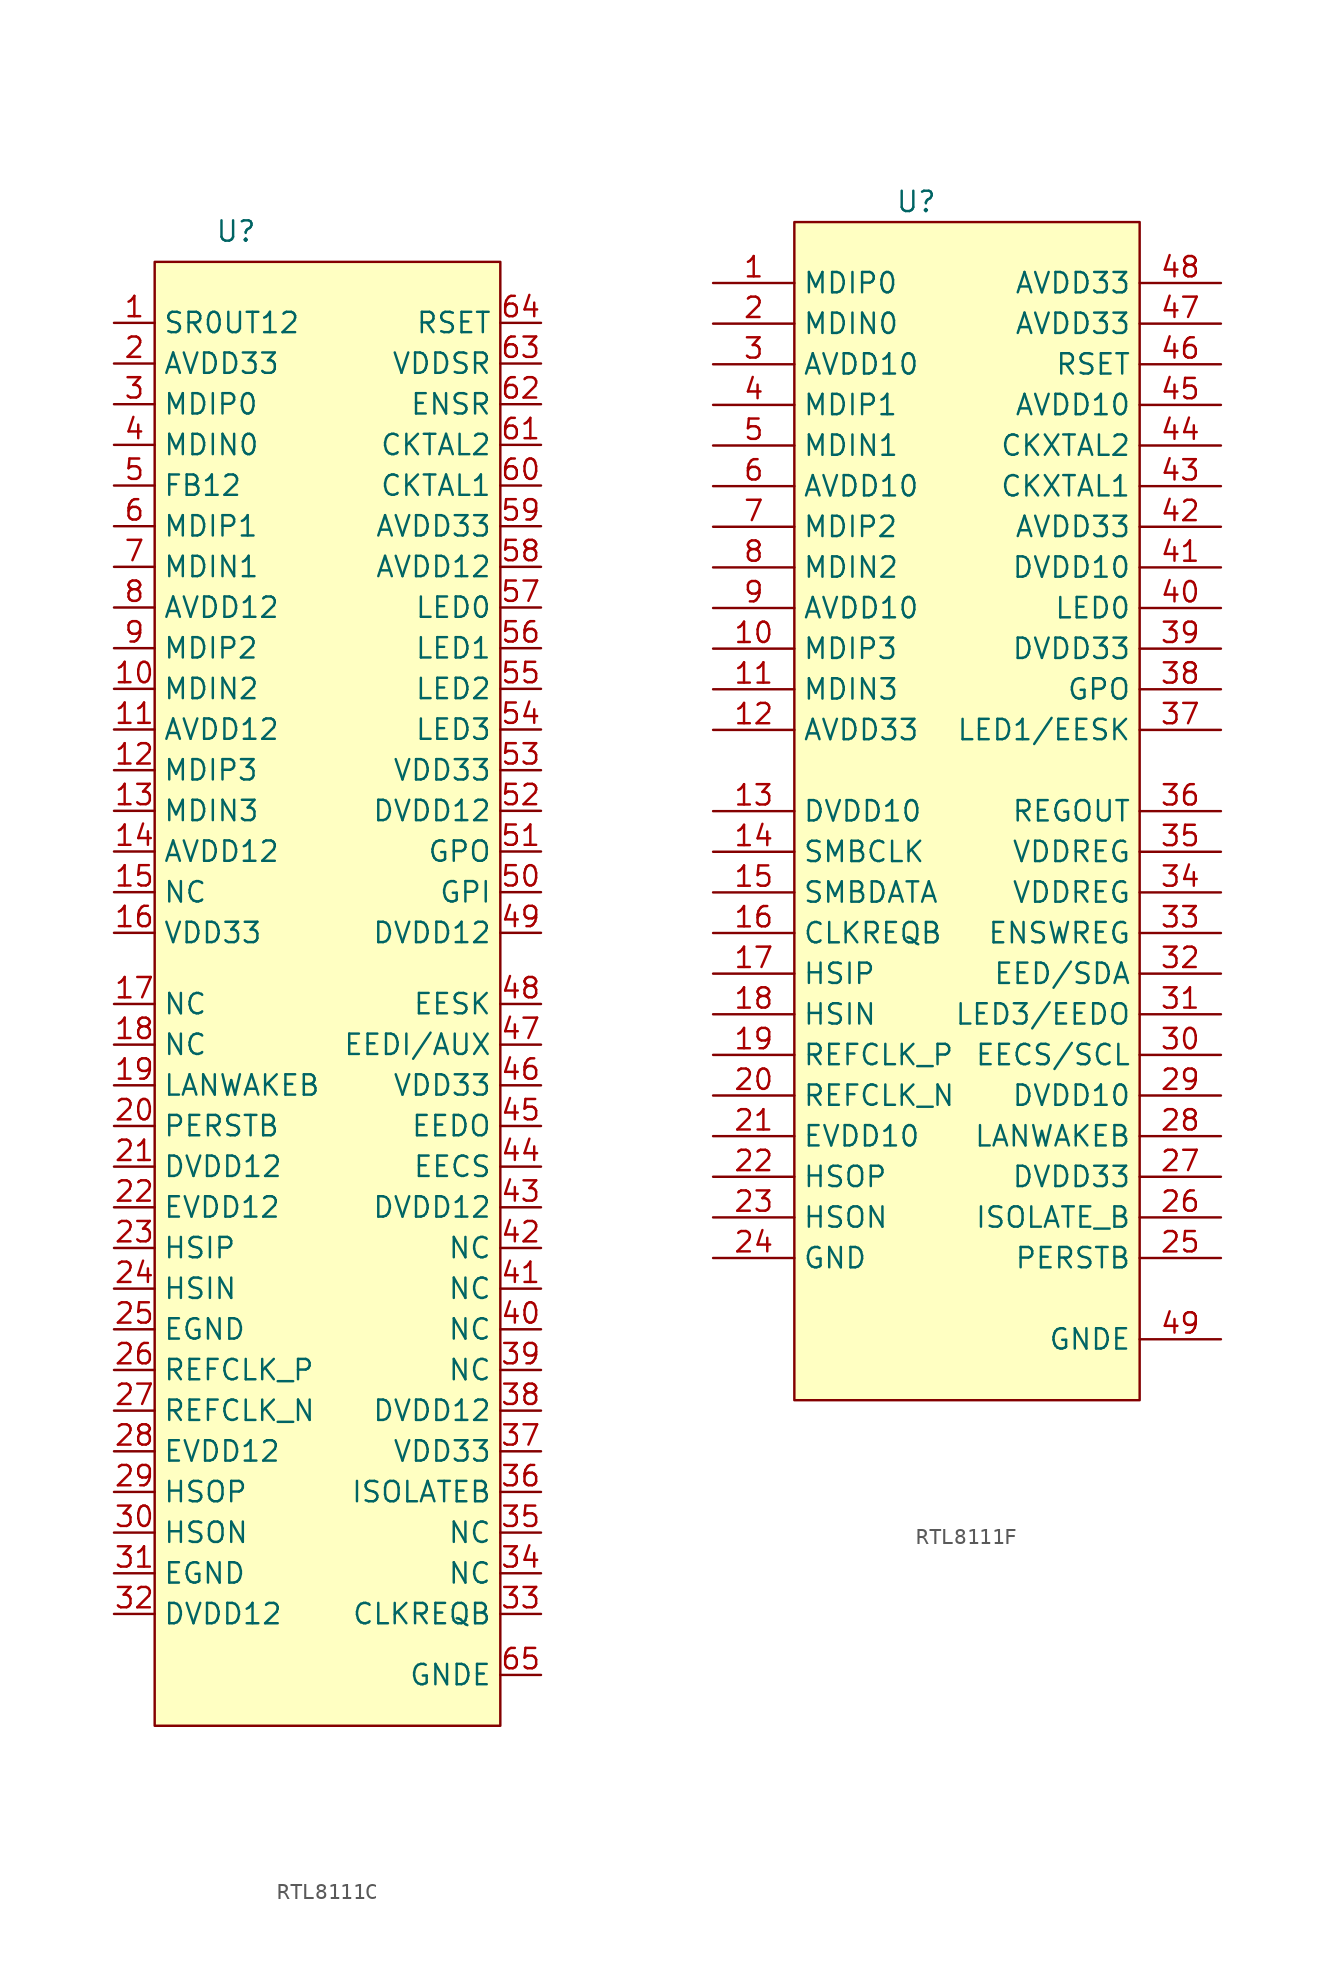
<source format=kicad_sym>
(kicad_symbol_lib
  (version 20220914)
  (generator kicad_symbol_editor)
  (symbol "RTL8111C"
    (property "Reference" "U"
      (at 0 0 0)
      (effects (font (size 1.27 1.27))))
    (property "Value" ""
      (at 0 0 0)
      (effects (font (size 1.27 1.27))))
    (symbol "RTL8111C_1_1"
      (rectangle (start -5.08 -1.905) (end 16.51 -93.345) (stroke (width 0) (type default)) (fill (type background)))
      (pin input line (at -7.62 -5.715 0) (length 2.54) (name "SR0UT12" (effects (font (size 1.27 1.27)))) (number "1" (effects (font (size 1.27 1.27)))))
      (pin input line (at -7.62 -28.575 0) (length 2.54) (name "MDIN2" (effects (font (size 1.27 1.27)))) (number "10" (effects (font (size 1.27 1.27)))))
      (pin input line (at -7.62 -31.115 0) (length 2.54) (name "AVDD12" (effects (font (size 1.27 1.27)))) (number "11" (effects (font (size 1.27 1.27)))))
      (pin input line (at -7.62 -33.655 0) (length 2.54) (name "MDIP3" (effects (font (size 1.27 1.27)))) (number "12" (effects (font (size 1.27 1.27)))))
      (pin input line (at -7.62 -36.195 0) (length 2.54) (name "MDIN3" (effects (font (size 1.27 1.27)))) (number "13" (effects (font (size 1.27 1.27)))))
      (pin input line (at -7.62 -38.735 0) (length 2.54) (name "AVDD12" (effects (font (size 1.27 1.27)))) (number "14" (effects (font (size 1.27 1.27)))))
      (pin input line (at -7.62 -41.275 0) (length 2.54) (name "NC" (effects (font (size 1.27 1.27)))) (number "15" (effects (font (size 1.27 1.27)))))
      (pin input line (at -7.62 -43.815 0) (length 2.54) (name "VDD33" (effects (font (size 1.27 1.27)))) (number "16" (effects (font (size 1.27 1.27)))))
      (pin input line (at -7.62 -48.26 0) (length 2.54) (name "NC" (effects (font (size 1.27 1.27)))) (number "17" (effects (font (size 1.27 1.27)))))
      (pin input line (at -7.62 -50.8 0) (length 2.54) (name "NC" (effects (font (size 1.27 1.27)))) (number "18" (effects (font (size 1.27 1.27)))))
      (pin input line (at -7.62 -53.34 0) (length 2.54) (name "LANWAKEB" (effects (font (size 1.27 1.27)))) (number "19" (effects (font (size 1.27 1.27)))))
      (pin input line (at -7.62 -8.255 0) (length 2.54) (name "AVDD33" (effects (font (size 1.27 1.27)))) (number "2" (effects (font (size 1.27 1.27)))))
      (pin input line (at -7.62 -55.88 0) (length 2.54) (name "PERSTB" (effects (font (size 1.27 1.27)))) (number "20" (effects (font (size 1.27 1.27)))))
      (pin input line (at -7.62 -58.42 0) (length 2.54) (name "DVDD12" (effects (font (size 1.27 1.27)))) (number "21" (effects (font (size 1.27 1.27)))))
      (pin input line (at -7.62 -60.96 0) (length 2.54) (name "EVDD12" (effects (font (size 1.27 1.27)))) (number "22" (effects (font (size 1.27 1.27)))))
      (pin input line (at -7.62 -63.5 0) (length 2.54) (name "HSIP" (effects (font (size 1.27 1.27)))) (number "23" (effects (font (size 1.27 1.27)))))
      (pin input line (at -7.62 -66.04 0) (length 2.54) (name "HSIN" (effects (font (size 1.27 1.27)))) (number "24" (effects (font (size 1.27 1.27)))))
      (pin input line (at -7.62 -68.58 0) (length 2.54) (name "EGND" (effects (font (size 1.27 1.27)))) (number "25" (effects (font (size 1.27 1.27)))))
      (pin input line (at -7.62 -71.12 0) (length 2.54) (name "REFCLK_P" (effects (font (size 1.27 1.27)))) (number "26" (effects (font (size 1.27 1.27)))))
      (pin input line (at -7.62 -73.66 0) (length 2.54) (name "REFCLK_N" (effects (font (size 1.27 1.27)))) (number "27" (effects (font (size 1.27 1.27)))))
      (pin input line (at -7.62 -76.2 0) (length 2.54) (name "EVDD12" (effects (font (size 1.27 1.27)))) (number "28" (effects (font (size 1.27 1.27)))))
      (pin input line (at -7.62 -78.74 0) (length 2.54) (name "HSOP" (effects (font (size 1.27 1.27)))) (number "29" (effects (font (size 1.27 1.27)))))
      (pin input line (at -7.62 -10.795 0) (length 2.54) (name "MDIP0" (effects (font (size 1.27 1.27)))) (number "3" (effects (font (size 1.27 1.27)))))
      (pin input line (at -7.62 -81.28 0) (length 2.54) (name "HSON" (effects (font (size 1.27 1.27)))) (number "30" (effects (font (size 1.27 1.27)))))
      (pin input line (at -7.62 -83.82 0) (length 2.54) (name "EGND" (effects (font (size 1.27 1.27)))) (number "31" (effects (font (size 1.27 1.27)))))
      (pin input line (at -7.62 -86.36 0) (length 2.54) (name "DVDD12" (effects (font (size 1.27 1.27)))) (number "32" (effects (font (size 1.27 1.27)))))
      (pin input line (at 19.05 -86.36 180) (length 2.54) (name "CLKREQB" (effects (font (size 1.27 1.27)))) (number "33" (effects (font (size 1.27 1.27)))))
      (pin input line (at 19.05 -83.82 180) (length 2.54) (name "NC" (effects (font (size 1.27 1.27)))) (number "34" (effects (font (size 1.27 1.27)))))
      (pin input line (at 19.05 -81.28 180) (length 2.54) (name "NC" (effects (font (size 1.27 1.27)))) (number "35" (effects (font (size 1.27 1.27)))))
      (pin input line (at 19.05 -78.74 180) (length 2.54) (name "ISOLATEB" (effects (font (size 1.27 1.27)))) (number "36" (effects (font (size 1.27 1.27)))))
      (pin input line (at 19.05 -76.2 180) (length 2.54) (name "VDD33" (effects (font (size 1.27 1.27)))) (number "37" (effects (font (size 1.27 1.27)))))
      (pin input line (at 19.05 -73.66 180) (length 2.54) (name "DVDD12" (effects (font (size 1.27 1.27)))) (number "38" (effects (font (size 1.27 1.27)))))
      (pin input line (at 19.05 -71.12 180) (length 2.54) (name "NC" (effects (font (size 1.27 1.27)))) (number "39" (effects (font (size 1.27 1.27)))))
      (pin input line (at -7.62 -13.335 0) (length 2.54) (name "MDIN0" (effects (font (size 1.27 1.27)))) (number "4" (effects (font (size 1.27 1.27)))))
      (pin input line (at 19.05 -68.58 180) (length 2.54) (name "NC" (effects (font (size 1.27 1.27)))) (number "40" (effects (font (size 1.27 1.27)))))
      (pin input line (at 19.05 -66.04 180) (length 2.54) (name "NC" (effects (font (size 1.27 1.27)))) (number "41" (effects (font (size 1.27 1.27)))))
      (pin input line (at 19.05 -63.5 180) (length 2.54) (name "NC" (effects (font (size 1.27 1.27)))) (number "42" (effects (font (size 1.27 1.27)))))
      (pin input line (at 19.05 -60.96 180) (length 2.54) (name "DVDD12" (effects (font (size 1.27 1.27)))) (number "43" (effects (font (size 1.27 1.27)))))
      (pin input line (at 19.05 -58.42 180) (length 2.54) (name "EECS" (effects (font (size 1.27 1.27)))) (number "44" (effects (font (size 1.27 1.27)))))
      (pin input line (at 19.05 -55.88 180) (length 2.54) (name "EEDO" (effects (font (size 1.27 1.27)))) (number "45" (effects (font (size 1.27 1.27)))))
      (pin input line (at 19.05 -53.34 180) (length 2.54) (name "VDD33" (effects (font (size 1.27 1.27)))) (number "46" (effects (font (size 1.27 1.27)))))
      (pin input line (at 19.05 -50.8 180) (length 2.54) (name "EEDI/AUX" (effects (font (size 1.27 1.27)))) (number "47" (effects (font (size 1.27 1.27)))))
      (pin input line (at 19.05 -48.26 180) (length 2.54) (name "EESK" (effects (font (size 1.27 1.27)))) (number "48" (effects (font (size 1.27 1.27)))))
      (pin input line (at 19.05 -43.815 180) (length 2.54) (name "DVDD12" (effects (font (size 1.27 1.27)))) (number "49" (effects (font (size 1.27 1.27)))))
      (pin input line (at -7.62 -15.875 0) (length 2.54) (name "FB12" (effects (font (size 1.27 1.27)))) (number "5" (effects (font (size 1.27 1.27)))))
      (pin input line (at 19.05 -41.275 180) (length 2.54) (name "GPI" (effects (font (size 1.27 1.27)))) (number "50" (effects (font (size 1.27 1.27)))))
      (pin input line (at 19.05 -38.735 180) (length 2.54) (name "GPO" (effects (font (size 1.27 1.27)))) (number "51" (effects (font (size 1.27 1.27)))))
      (pin input line (at 19.05 -36.195 180) (length 2.54) (name "DVDD12" (effects (font (size 1.27 1.27)))) (number "52" (effects (font (size 1.27 1.27)))))
      (pin input line (at 19.05 -33.655 180) (length 2.54) (name "VDD33" (effects (font (size 1.27 1.27)))) (number "53" (effects (font (size 1.27 1.27)))))
      (pin input line (at 19.05 -31.115 180) (length 2.54) (name "LED3" (effects (font (size 1.27 1.27)))) (number "54" (effects (font (size 1.27 1.27)))))
      (pin input line (at 19.05 -28.575 180) (length 2.54) (name "LED2" (effects (font (size 1.27 1.27)))) (number "55" (effects (font (size 1.27 1.27)))))
      (pin input line (at 19.05 -26.035 180) (length 2.54) (name "LED1" (effects (font (size 1.27 1.27)))) (number "56" (effects (font (size 1.27 1.27)))))
      (pin input line (at 19.05 -23.495 180) (length 2.54) (name "LED0" (effects (font (size 1.27 1.27)))) (number "57" (effects (font (size 1.27 1.27)))))
      (pin input line (at 19.05 -20.955 180) (length 2.54) (name "AVDD12" (effects (font (size 1.27 1.27)))) (number "58" (effects (font (size 1.27 1.27)))))
      (pin input line (at 19.05 -18.415 180) (length 2.54) (name "AVDD33" (effects (font (size 1.27 1.27)))) (number "59" (effects (font (size 1.27 1.27)))))
      (pin input line (at -7.62 -18.415 0) (length 2.54) (name "MDIP1" (effects (font (size 1.27 1.27)))) (number "6" (effects (font (size 1.27 1.27)))))
      (pin input line (at 19.05 -15.875 180) (length 2.54) (name "CKTAL1" (effects (font (size 1.27 1.27)))) (number "60" (effects (font (size 1.27 1.27)))))
      (pin input line (at 19.05 -13.335 180) (length 2.54) (name "CKTAL2" (effects (font (size 1.27 1.27)))) (number "61" (effects (font (size 1.27 1.27)))))
      (pin input line (at 19.05 -10.795 180) (length 2.54) (name "ENSR" (effects (font (size 1.27 1.27)))) (number "62" (effects (font (size 1.27 1.27)))))
      (pin input line (at 19.05 -8.255 180) (length 2.54) (name "VDDSR" (effects (font (size 1.27 1.27)))) (number "63" (effects (font (size 1.27 1.27)))))
      (pin input line (at 19.05 -5.715 180) (length 2.54) (name "RSET" (effects (font (size 1.27 1.27)))) (number "64" (effects (font (size 1.27 1.27)))))
      (pin input line (at 19.05 -90.17 180) (length 2.54) (name "GNDE" (effects (font (size 1.27 1.27)))) (number "65" (effects (font (size 1.27 1.27)))))
      (pin input line (at -7.62 -20.955 0) (length 2.54) (name "MDIN1" (effects (font (size 1.27 1.27)))) (number "7" (effects (font (size 1.27 1.27)))))
      (pin input line (at -7.62 -23.495 0) (length 2.54) (name "AVDD12" (effects (font (size 1.27 1.27)))) (number "8" (effects (font (size 1.27 1.27)))))
      (pin input line (at -7.62 -26.035 0) (length 2.54) (name "MDIP2" (effects (font (size 1.27 1.27)))) (number "9" (effects (font (size 1.27 1.27)))))))
  (symbol "RTL8111F"
    (property "Reference" "U"
      (at 0 0 0)
      (effects (font (size 1.27 1.27))))
    (property "Value" ""
      (at 0 0 0)
      (effects (font (size 1.27 1.27))))
    (symbol "RTL8111F_1_1"
      (rectangle (start -7.62 -1.27) (end 13.97 -74.93) (stroke (width 0) (type default)) (fill (type background)))
      (pin input line (at -12.7 -5.08 0) (length 5.08) (name "MDIP0" (effects (font (size 1.27 1.27)))) (number "1" (effects (font (size 1.27 1.27)))))
      (pin input line (at -12.7 -27.94 0) (length 5.08) (name "MDIP3" (effects (font (size 1.27 1.27)))) (number "10" (effects (font (size 1.27 1.27)))))
      (pin input line (at -12.7 -30.48 0) (length 5.08) (name "MDIN3" (effects (font (size 1.27 1.27)))) (number "11" (effects (font (size 1.27 1.27)))))
      (pin input line (at -12.7 -33.02 0) (length 5.08) (name "AVDD33" (effects (font (size 1.27 1.27)))) (number "12" (effects (font (size 1.27 1.27)))))
      (pin input line (at -12.7 -38.1 0) (length 5.08) (name "DVDD10" (effects (font (size 1.27 1.27)))) (number "13" (effects (font (size 1.27 1.27)))))
      (pin input line (at -12.7 -40.64 0) (length 5.08) (name "SMBCLK" (effects (font (size 1.27 1.27)))) (number "14" (effects (font (size 1.27 1.27)))))
      (pin input line (at -12.7 -43.18 0) (length 5.08) (name "SMBDATA" (effects (font (size 1.27 1.27)))) (number "15" (effects (font (size 1.27 1.27)))))
      (pin input line (at -12.7 -45.72 0) (length 5.08) (name "CLKREQB" (effects (font (size 1.27 1.27)))) (number "16" (effects (font (size 1.27 1.27)))))
      (pin input line (at -12.7 -48.26 0) (length 5.08) (name "HSIP" (effects (font (size 1.27 1.27)))) (number "17" (effects (font (size 1.27 1.27)))))
      (pin input line (at -12.7 -50.8 0) (length 5.08) (name "HSIN" (effects (font (size 1.27 1.27)))) (number "18" (effects (font (size 1.27 1.27)))))
      (pin input line (at -12.7 -53.34 0) (length 5.08) (name "REFCLK_P" (effects (font (size 1.27 1.27)))) (number "19" (effects (font (size 1.27 1.27)))))
      (pin input line (at -12.7 -7.62 0) (length 5.08) (name "MDIN0" (effects (font (size 1.27 1.27)))) (number "2" (effects (font (size 1.27 1.27)))))
      (pin input line (at -12.7 -55.88 0) (length 5.08) (name "REFCLK_N" (effects (font (size 1.27 1.27)))) (number "20" (effects (font (size 1.27 1.27)))))
      (pin input line (at -12.7 -58.42 0) (length 5.08) (name "EVDD10" (effects (font (size 1.27 1.27)))) (number "21" (effects (font (size 1.27 1.27)))))
      (pin input line (at -12.7 -60.96 0) (length 5.08) (name "HSOP" (effects (font (size 1.27 1.27)))) (number "22" (effects (font (size 1.27 1.27)))))
      (pin input line (at -12.7 -63.5 0) (length 5.08) (name "HSON" (effects (font (size 1.27 1.27)))) (number "23" (effects (font (size 1.27 1.27)))))
      (pin input line (at -12.7 -66.04 0) (length 5.08) (name "GND" (effects (font (size 1.27 1.27)))) (number "24" (effects (font (size 1.27 1.27)))))
      (pin input line (at 19.05 -66.04 180) (length 5.08) (name "PERSTB" (effects (font (size 1.27 1.27)))) (number "25" (effects (font (size 1.27 1.27)))))
      (pin input line (at 19.05 -63.5 180) (length 5.08) (name "ISOLATE_B" (effects (font (size 1.27 1.27)))) (number "26" (effects (font (size 1.27 1.27)))))
      (pin input line (at 19.05 -60.96 180) (length 5.08) (name "DVDD33" (effects (font (size 1.27 1.27)))) (number "27" (effects (font (size 1.27 1.27)))))
      (pin input line (at 19.05 -58.42 180) (length 5.08) (name "LANWAKEB" (effects (font (size 1.27 1.27)))) (number "28" (effects (font (size 1.27 1.27)))))
      (pin input line (at 19.05 -55.88 180) (length 5.08) (name "DVDD10" (effects (font (size 1.27 1.27)))) (number "29" (effects (font (size 1.27 1.27)))))
      (pin input line (at -12.7 -10.16 0) (length 5.08) (name "AVDD10" (effects (font (size 1.27 1.27)))) (number "3" (effects (font (size 1.27 1.27)))))
      (pin input line (at 19.05 -53.34 180) (length 5.08) (name "EECS/SCL" (effects (font (size 1.27 1.27)))) (number "30" (effects (font (size 1.27 1.27)))))
      (pin input line (at 19.05 -50.8 180) (length 5.08) (name "LED3/EEDO" (effects (font (size 1.27 1.27)))) (number "31" (effects (font (size 1.27 1.27)))))
      (pin input line (at 19.05 -48.26 180) (length 5.08) (name "EED/SDA" (effects (font (size 1.27 1.27)))) (number "32" (effects (font (size 1.27 1.27)))))
      (pin input line (at 19.05 -45.72 180) (length 5.08) (name "ENSWREG" (effects (font (size 1.27 1.27)))) (number "33" (effects (font (size 1.27 1.27)))))
      (pin input line (at 19.05 -43.18 180) (length 5.08) (name "VDDREG" (effects (font (size 1.27 1.27)))) (number "34" (effects (font (size 1.27 1.27)))))
      (pin input line (at 19.05 -40.64 180) (length 5.08) (name "VDDREG" (effects (font (size 1.27 1.27)))) (number "35" (effects (font (size 1.27 1.27)))))
      (pin input line (at 19.05 -38.1 180) (length 5.08) (name "REGOUT" (effects (font (size 1.27 1.27)))) (number "36" (effects (font (size 1.27 1.27)))))
      (pin input line (at 19.05 -33.02 180) (length 5.08) (name "LED1/EESK" (effects (font (size 1.27 1.27)))) (number "37" (effects (font (size 1.27 1.27)))))
      (pin input line (at 19.05 -30.48 180) (length 5.08) (name "GPO" (effects (font (size 1.27 1.27)))) (number "38" (effects (font (size 1.27 1.27)))))
      (pin input line (at 19.05 -27.94 180) (length 5.08) (name "DVDD33" (effects (font (size 1.27 1.27)))) (number "39" (effects (font (size 1.27 1.27)))))
      (pin input line (at -12.7 -12.7 0) (length 5.08) (name "MDIP1" (effects (font (size 1.27 1.27)))) (number "4" (effects (font (size 1.27 1.27)))))
      (pin input line (at 19.05 -25.4 180) (length 5.08) (name "LED0" (effects (font (size 1.27 1.27)))) (number "40" (effects (font (size 1.27 1.27)))))
      (pin input line (at 19.05 -22.86 180) (length 5.08) (name "DVDD10" (effects (font (size 1.27 1.27)))) (number "41" (effects (font (size 1.27 1.27)))))
      (pin input line (at 19.05 -20.32 180) (length 5.08) (name "AVDD33" (effects (font (size 1.27 1.27)))) (number "42" (effects (font (size 1.27 1.27)))))
      (pin input line (at 19.05 -17.78 180) (length 5.08) (name "CKXTAL1" (effects (font (size 1.27 1.27)))) (number "43" (effects (font (size 1.27 1.27)))))
      (pin input line (at 19.05 -15.24 180) (length 5.08) (name "CKXTAL2" (effects (font (size 1.27 1.27)))) (number "44" (effects (font (size 1.27 1.27)))))
      (pin input line (at 19.05 -12.7 180) (length 5.08) (name "AVDD10" (effects (font (size 1.27 1.27)))) (number "45" (effects (font (size 1.27 1.27)))))
      (pin input line (at 19.05 -10.16 180) (length 5.08) (name "RSET" (effects (font (size 1.27 1.27)))) (number "46" (effects (font (size 1.27 1.27)))))
      (pin input line (at 19.05 -7.62 180) (length 5.08) (name "AVDD33" (effects (font (size 1.27 1.27)))) (number "47" (effects (font (size 1.27 1.27)))))
      (pin input line (at 19.05 -5.08 180) (length 5.08) (name "AVDD33" (effects (font (size 1.27 1.27)))) (number "48" (effects (font (size 1.27 1.27)))))
      (pin input line (at 19.05 -71.12 180) (length 5.08) (name "GNDE" (effects (font (size 1.27 1.27)))) (number "49" (effects (font (size 1.27 1.27)))))
      (pin input line (at -12.7 -15.24 0) (length 5.08) (name "MDIN1" (effects (font (size 1.27 1.27)))) (number "5" (effects (font (size 1.27 1.27)))))
      (pin input line (at -12.7 -17.78 0) (length 5.08) (name "AVDD10" (effects (font (size 1.27 1.27)))) (number "6" (effects (font (size 1.27 1.27)))))
      (pin input line (at -12.7 -20.32 0) (length 5.08) (name "MDIP2" (effects (font (size 1.27 1.27)))) (number "7" (effects (font (size 1.27 1.27)))))
      (pin input line (at -12.7 -22.86 0) (length 5.08) (name "MDIN2" (effects (font (size 1.27 1.27)))) (number "8" (effects (font (size 1.27 1.27)))))
      (pin input line (at -12.7 -25.4 0) (length 5.08) (name "AVDD10" (effects (font (size 1.27 1.27)))) (number "9" (effects (font (size 1.27 1.27))))))))
</source>
